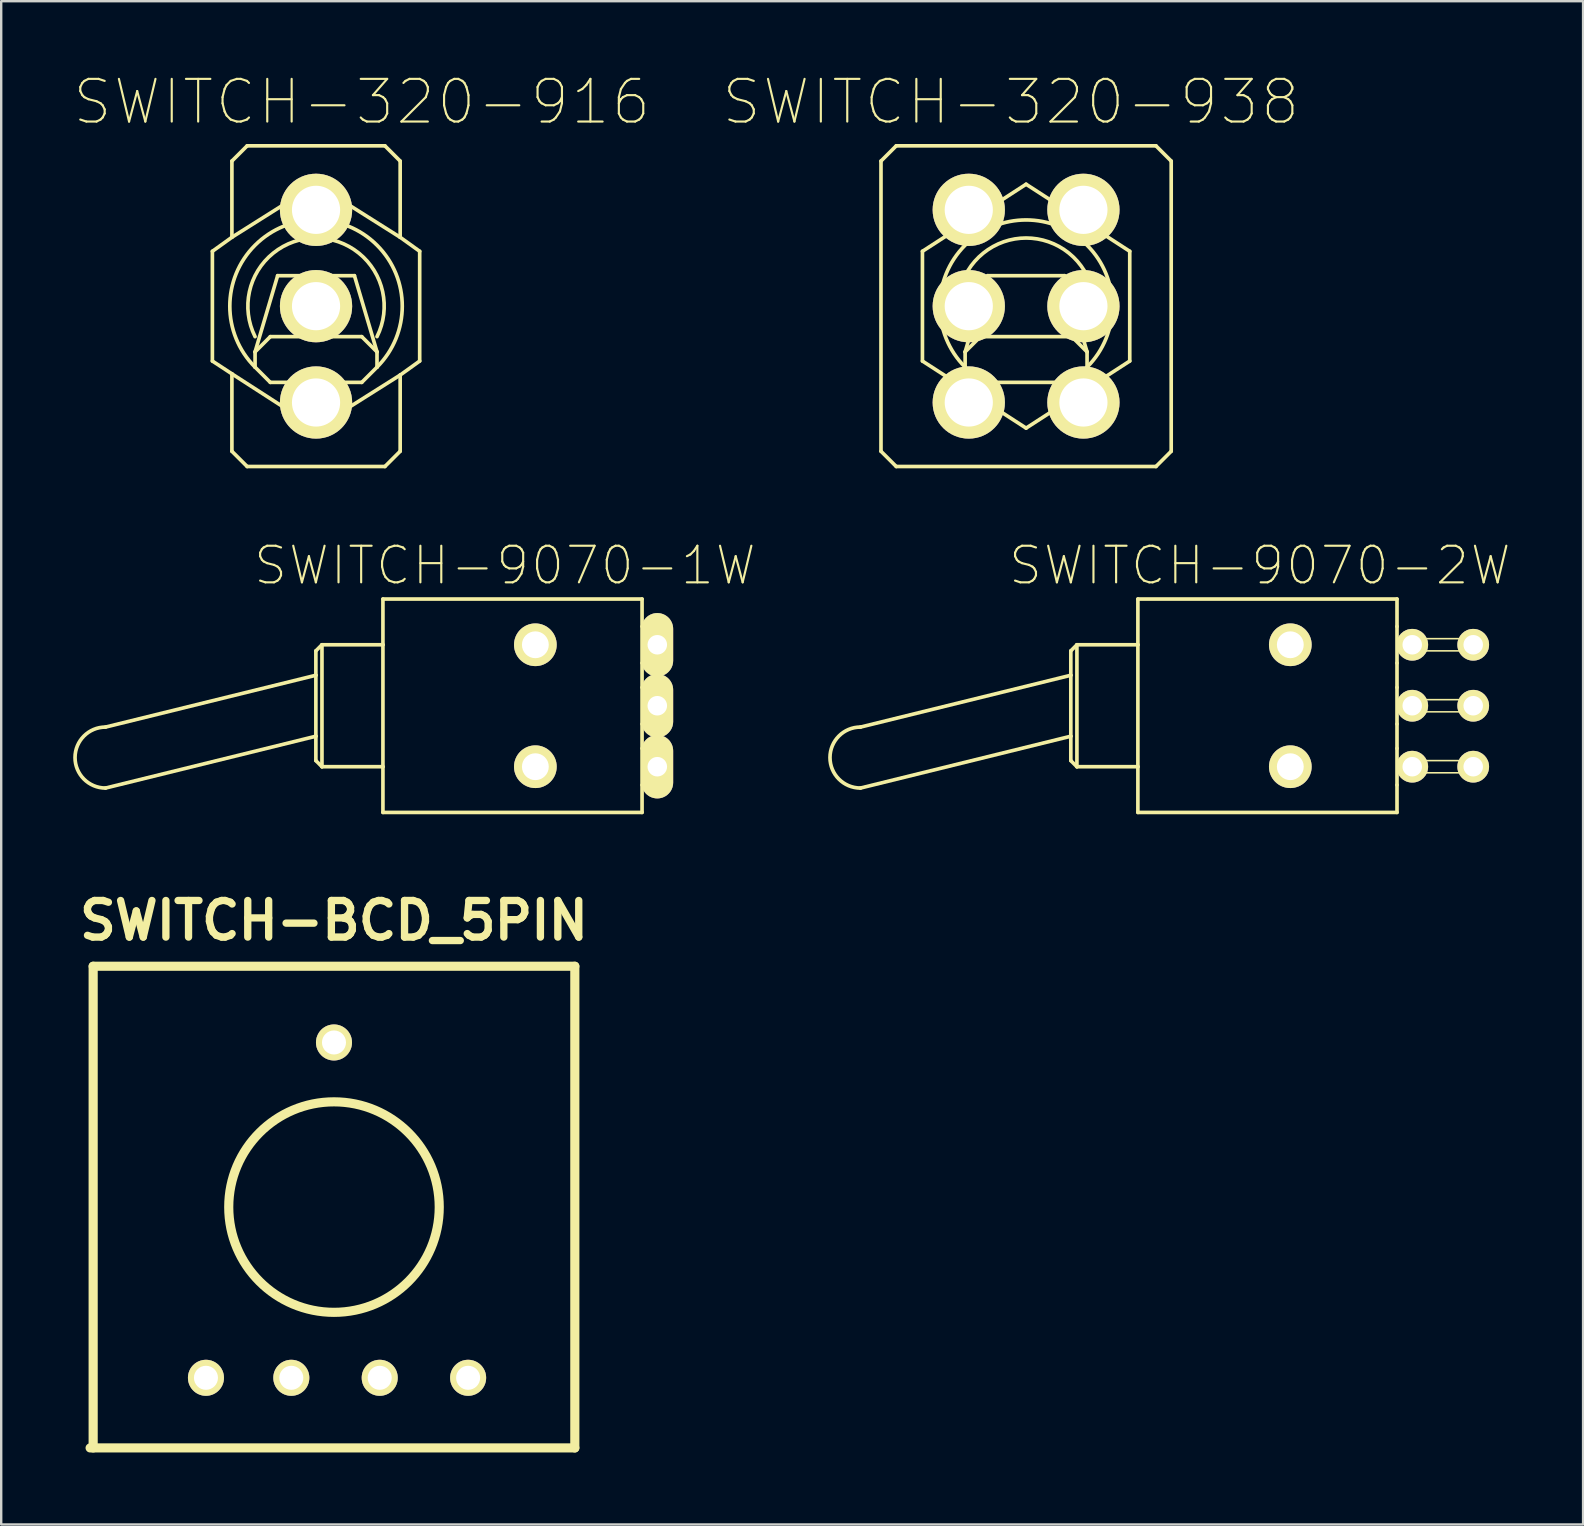
<source format=kicad_pcb>
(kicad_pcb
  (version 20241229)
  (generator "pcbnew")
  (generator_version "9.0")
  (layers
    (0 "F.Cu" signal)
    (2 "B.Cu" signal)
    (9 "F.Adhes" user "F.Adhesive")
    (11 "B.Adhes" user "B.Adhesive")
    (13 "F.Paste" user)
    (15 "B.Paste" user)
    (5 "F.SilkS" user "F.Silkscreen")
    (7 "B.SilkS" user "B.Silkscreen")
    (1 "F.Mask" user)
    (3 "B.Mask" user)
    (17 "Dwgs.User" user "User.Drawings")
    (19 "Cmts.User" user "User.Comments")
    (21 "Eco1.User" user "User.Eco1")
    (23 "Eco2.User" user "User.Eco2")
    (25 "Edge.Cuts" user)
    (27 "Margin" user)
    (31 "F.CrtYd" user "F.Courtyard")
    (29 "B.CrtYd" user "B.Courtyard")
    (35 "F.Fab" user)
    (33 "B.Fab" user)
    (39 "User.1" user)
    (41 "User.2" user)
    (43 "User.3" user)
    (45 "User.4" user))
  (footprint "SWITCH-9070-1W"
    (layer "F.Cu")
    (at 19.253 26.351)
    (property "Reference" "SWITCH-9070-1W" (at -1.27 -5.842 0) (layer "F.SilkS") (effects (font (size 1.524 1.524) (thickness 0.089))))
    (attr exclude_from_pos_files exclude_from_bom)
    (fp_line (start -9.144 -2.286) (end -8.89 -2.54) (stroke (width 0.152) (type solid)) (layer "F.SilkS"))
    (fp_line (start -9.144 -1.27) (end -17.907 0.889) (stroke (width 0.152) (type solid)) (layer "F.SilkS"))
    (fp_line (start -9.144 -1.27) (end -9.144 -2.286) (stroke (width 0.152) (type solid)) (layer "F.SilkS"))
    (fp_line (start -9.144 1.27) (end -17.907 3.429) (stroke (width 0.152) (type solid)) (layer "F.SilkS"))
    (fp_line (start -9.144 1.27) (end -9.144 -1.27) (stroke (width 0.152) (type solid)) (layer "F.SilkS"))
    (fp_line (start -9.144 2.286) (end -9.144 1.27) (stroke (width 0.152) (type solid)) (layer "F.SilkS"))
    (fp_line (start -8.89 -2.54) (end -8.89 2.54) (stroke (width 0.152) (type solid)) (layer "F.SilkS"))
    (fp_line (start -8.89 -2.54) (end -6.35 -2.54) (stroke (width 0.152) (type solid)) (layer "F.SilkS"))
    (fp_line (start -8.89 2.54) (end -9.144 2.286) (stroke (width 0.152) (type solid)) (layer "F.SilkS"))
    (fp_line (start -8.89 2.54) (end -6.35 2.54) (stroke (width 0.152) (type solid)) (layer "F.SilkS"))
    (fp_line (start -6.35 -4.445) (end -6.35 -2.54) (stroke (width 0.152) (type solid)) (layer "F.SilkS"))
    (fp_line (start -6.35 -2.54) (end -6.35 2.54) (stroke (width 0.152) (type solid)) (layer "F.SilkS"))
    (fp_line (start -6.35 2.54) (end -6.35 4.445) (stroke (width 0.152) (type solid)) (layer "F.SilkS"))
    (fp_line (start -6.35 4.445) (end 4.445 4.445) (stroke (width 0.152) (type solid)) (layer "F.SilkS"))
    (fp_line (start 4.445 -4.445) (end -6.35 -4.445) (stroke (width 0.152) (type solid)) (layer "F.SilkS"))
    (fp_line (start 4.445 -4.445) (end 4.445 -3.302) (stroke (width 0.152) (type solid)) (layer "F.SilkS"))
    (fp_line (start 4.445 -2.921) (end 5.08 -2.921) (stroke (width 0.066) (type solid)) (layer "F.SilkS"))
    (fp_line (start 4.445 -2.159) (end 4.445 -2.921) (stroke (width 0.066) (type solid)) (layer "F.SilkS"))
    (fp_line (start 4.445 -2.159) (end 5.08 -2.159) (stroke (width 0.066) (type solid)) (layer "F.SilkS"))
    (fp_line (start 4.445 -1.778) (end 4.445 -3.302) (stroke (width 0.152) (type solid)) (layer "F.SilkS"))
    (fp_line (start 4.445 -1.778) (end 4.445 -0.762) (stroke (width 0.152) (type solid)) (layer "F.SilkS"))
    (fp_line (start 4.445 -0.762) (end 4.445 0.762) (stroke (width 0.152) (type solid)) (layer "F.SilkS"))
    (fp_line (start 4.445 -0.381) (end 5.08 -0.381) (stroke (width 0.066) (type solid)) (layer "F.SilkS"))
    (fp_line (start 4.445 0.381) (end 4.445 -0.381) (stroke (width 0.066) (type solid)) (layer "F.SilkS"))
    (fp_line (start 4.445 0.381) (end 5.08 0.381) (stroke (width 0.066) (type solid)) (layer "F.SilkS"))
    (fp_line (start 4.445 1.778) (end 4.445 0.762) (stroke (width 0.152) (type solid)) (layer "F.SilkS"))
    (fp_line (start 4.445 1.778) (end 4.445 3.302) (stroke (width 0.152) (type solid)) (layer "F.SilkS"))
    (fp_line (start 4.445 2.159) (end 5.08 2.159) (stroke (width 0.066) (type solid)) (layer "F.SilkS"))
    (fp_line (start 4.445 2.921) (end 4.445 2.159) (stroke (width 0.066) (type solid)) (layer "F.SilkS"))
    (fp_line (start 4.445 2.921) (end 5.08 2.921) (stroke (width 0.066) (type solid)) (layer "F.SilkS"))
    (fp_line (start 4.445 4.445) (end 4.445 3.302) (stroke (width 0.152) (type solid)) (layer "F.SilkS"))
    (fp_line (start 5.08 -2.159) (end 5.08 -2.921) (stroke (width 0.066) (type solid)) (layer "F.SilkS"))
    (fp_line (start 5.08 0.381) (end 5.08 -0.381) (stroke (width 0.066) (type solid)) (layer "F.SilkS"))
    (fp_line (start 5.08 2.921) (end 5.08 2.159) (stroke (width 0.066) (type solid)) (layer "F.SilkS"))
    (fp_arc (start -17.907 3.429) (mid -19.177 2.159) (end -17.907 0.889) (stroke (width 0.1524) (type solid)) (layer "F.SilkS"))
    (pad "1" thru_hole oval (at 5.08 2.54) (size 1.321 2.642) (drill 0.813) (layers "*.Cu" "F.Mask" "F.SilkS" "F.Paste"))
    (pad "2" thru_hole oval (at 5.08 0) (size 1.321 2.642) (drill 0.813) (layers "*.Cu" "F.Mask" "F.SilkS" "F.Paste"))
    (pad "3" thru_hole oval (at 5.08 -2.54) (size 1.321 2.642) (drill 0.813) (layers "*.Cu" "F.Mask" "F.SilkS" "F.Paste"))
    (pad "B" thru_hole circle (at 0 2.54) (size 1.778 1.778) (drill 1.118) (layers "*.Cu" "F.Mask" "F.SilkS" "F.Paste"))
    (pad "B1" thru_hole circle (at 0 -2.54) (size 1.778 1.778) (drill 1.118) (layers "*.Cu" "F.Mask" "F.SilkS" "F.Paste")))
  (footprint "SWITCH-BCD_5PIN"
    (layer "F.Cu")
    (at 10.864 47.237)
    (property "Reference" "SWITCH-BCD_5PIN" (at 0 -11.938 0) (layer "F.SilkS") (effects (font (size 1.524 1.524) (thickness 0.305))))
    (attr through_hole)
    (fp_line (start -10.16 10.033) (end 10.033 10.033) (stroke (width 0.381) (type solid)) (layer "F.SilkS"))
    (fp_line (start -10.033 -10.033) (end -10.033 10.033) (stroke (width 0.381) (type solid)) (layer "F.SilkS"))
    (fp_line (start 10.033 -10.033) (end -10.033 -10.033) (stroke (width 0.381) (type solid)) (layer "F.SilkS"))
    (fp_line (start 10.033 10.033) (end 10.033 -10.033) (stroke (width 0.381) (type solid)) (layer "F.SilkS"))
    (fp_circle (center 0 0) (end 4.318 0.762) (stroke (width 0.381) (type solid)) (fill no) (layer "F.SilkS"))
    (pad "1" thru_hole circle (at -5.334 7.112) (size 1.501 1.501) (drill 1.001) (layers "*.Cu" "*.Mask" "F.SilkS"))
    (pad "2" thru_hole circle (at -1.778 7.112) (size 1.501 1.501) (drill 1.001) (layers "*.Cu" "*.Mask" "F.SilkS"))
    (pad "3" thru_hole circle (at 1.905 7.112) (size 1.501 1.501) (drill 1.001) (layers "*.Cu" "*.Mask" "F.SilkS"))
    (pad "4" thru_hole circle (at 5.588 7.112) (size 1.501 1.501) (drill 1.001) (layers "*.Cu" "*.Mask" "F.SilkS"))
    (pad "5" thru_hole circle (at 0 -6.858) (size 1.501 1.501) (drill 1.001) (layers "*.Cu" "*.Mask" "F.SilkS")))
  (footprint "SWITCH-320-938"
    (layer "F.Cu")
    (at 39.697 9.705)
    (property "Reference" "SWITCH-320-938" (at -0.635 -8.509 0) (layer "F.SilkS") (effects (font (size 1.778 1.778) (thickness 0.089))))
    (attr exclude_from_pos_files exclude_from_bom)
    (fp_line (start -6.045 6.045) (end -6.045 -6.045) (stroke (width 0.152) (type solid)) (layer "F.SilkS"))
    (fp_line (start -6.045 6.045) (end -5.41 6.68) (stroke (width 0.152) (type solid)) (layer "F.SilkS"))
    (fp_line (start -5.41 -6.68) (end -6.045 -6.045) (stroke (width 0.152) (type solid)) (layer "F.SilkS"))
    (fp_line (start -5.41 -6.68) (end 5.41 -6.68) (stroke (width 0.152) (type solid)) (layer "F.SilkS"))
    (fp_line (start -4.318 -2.286) (end -4.318 2.286) (stroke (width 0.152) (type solid)) (layer "F.SilkS"))
    (fp_line (start -4.318 2.286) (end 0 5.08) (stroke (width 0.152) (type solid)) (layer "F.SilkS"))
    (fp_line (start -2.54 2.54) (end -2.54 1.905) (stroke (width 0.152) (type solid)) (layer "F.SilkS"))
    (fp_line (start -2.54 2.54) (end -1.905 3.175) (stroke (width 0.152) (type solid)) (layer "F.SilkS"))
    (fp_line (start -1.905 1.27) (end -2.54 1.905) (stroke (width 0.152) (type solid)) (layer "F.SilkS"))
    (fp_line (start -1.905 1.27) (end 1.905 1.27) (stroke (width 0.152) (type solid)) (layer "F.SilkS"))
    (fp_line (start -1.6 -1.27) (end -2.54 1.905) (stroke (width 0.152) (type solid)) (layer "F.SilkS"))
    (fp_line (start -1.6 -1.27) (end 1.6 -1.27) (stroke (width 0.152) (type solid)) (layer "F.SilkS"))
    (fp_line (start 0 -5.08) (end -4.318 -2.286) (stroke (width 0.152) (type solid)) (layer "F.SilkS"))
    (fp_line (start 0 5.08) (end 4.318 2.286) (stroke (width 0.152) (type solid)) (layer "F.SilkS"))
    (fp_line (start 1.6 -1.27) (end 2.54 1.905) (stroke (width 0.152) (type solid)) (layer "F.SilkS"))
    (fp_line (start 1.905 1.27) (end 2.54 1.905) (stroke (width 0.152) (type solid)) (layer "F.SilkS"))
    (fp_line (start 1.905 3.175) (end -1.905 3.175) (stroke (width 0.152) (type solid)) (layer "F.SilkS"))
    (fp_line (start 1.905 3.175) (end 2.54 2.54) (stroke (width 0.152) (type solid)) (layer "F.SilkS"))
    (fp_line (start 2.54 1.905) (end 2.54 2.54) (stroke (width 0.152) (type solid)) (layer "F.SilkS"))
    (fp_line (start 4.318 -2.286) (end 0 -5.08) (stroke (width 0.152) (type solid)) (layer "F.SilkS"))
    (fp_line (start 4.318 -2.286) (end 4.318 2.286) (stroke (width 0.152) (type solid)) (layer "F.SilkS"))
    (fp_line (start 5.41 6.68) (end -5.41 6.68) (stroke (width 0.152) (type solid)) (layer "F.SilkS"))
    (fp_line (start 5.41 6.68) (end 6.045 6.045) (stroke (width 0.152) (type solid)) (layer "F.SilkS"))
    (fp_line (start 6.045 -6.045) (end 5.41 -6.68) (stroke (width 0.152) (type solid)) (layer "F.SilkS"))
    (fp_line (start 6.045 -6.045) (end 6.045 6.045) (stroke (width 0.152) (type solid)) (layer "F.SilkS"))
    (fp_arc (start -2.54 1.27) (mid -0.000746 -2.839806) (end 2.540667 1.268665) (stroke (width 0.1524) (type solid)) (layer "F.SilkS"))
    (fp_arc (start -2.54 2.54) (mid 0 -3.592102) (end 2.54 2.54) (stroke (width 0.1524) (type solid)) (layer "F.SilkS"))
    (pad "1" thru_hole circle (at -2.388 -4.013) (size 3.01 3.01) (drill 2.007) (layers "*.Cu" "F.Mask" "F.SilkS" "F.Paste"))
    (pad "2" thru_hole circle (at -2.388 0) (size 3.01 3.01) (drill 2.007) (layers "*.Cu" "F.Mask" "F.SilkS" "F.Paste"))
    (pad "3" thru_hole circle (at -2.388 4.013) (size 3.01 3.01) (drill 2.007) (layers "*.Cu" "F.Mask" "F.SilkS" "F.Paste"))
    (pad "4" thru_hole circle (at 2.388 -4.013) (size 3.01 3.01) (drill 2.007) (layers "*.Cu" "F.Mask" "F.SilkS" "F.Paste"))
    (pad "5" thru_hole circle (at 2.388 0) (size 3.01 3.01) (drill 2.007) (layers "*.Cu" "F.Mask" "F.SilkS" "F.Paste"))
    (pad "6" thru_hole circle (at 2.388 4.013) (size 3.01 3.01) (drill 2.007) (layers "*.Cu" "F.Mask" "F.SilkS" "F.Paste")))
  (footprint "SWITCH-9070-2W"
    (layer "F.Cu")
    (at 50.704 26.351)
    (property "Reference" "SWITCH-9070-2W" (at -1.27 -5.842 0) (layer "F.SilkS") (effects (font (size 1.524 1.524) (thickness 0.089))))
    (attr exclude_from_pos_files exclude_from_bom)
    (fp_line (start -9.144 -2.286) (end -8.89 -2.54) (stroke (width 0.152) (type solid)) (layer "F.SilkS"))
    (fp_line (start -9.144 -1.27) (end -17.907 0.889) (stroke (width 0.152) (type solid)) (layer "F.SilkS"))
    (fp_line (start -9.144 -1.27) (end -9.144 -2.286) (stroke (width 0.152) (type solid)) (layer "F.SilkS"))
    (fp_line (start -9.144 1.27) (end -17.907 3.429) (stroke (width 0.152) (type solid)) (layer "F.SilkS"))
    (fp_line (start -9.144 1.27) (end -9.144 -1.27) (stroke (width 0.152) (type solid)) (layer "F.SilkS"))
    (fp_line (start -9.144 2.286) (end -9.144 1.27) (stroke (width 0.152) (type solid)) (layer "F.SilkS"))
    (fp_line (start -8.89 -2.54) (end -8.89 2.54) (stroke (width 0.152) (type solid)) (layer "F.SilkS"))
    (fp_line (start -8.89 -2.54) (end -6.35 -2.54) (stroke (width 0.152) (type solid)) (layer "F.SilkS"))
    (fp_line (start -8.89 2.54) (end -9.144 2.286) (stroke (width 0.152) (type solid)) (layer "F.SilkS"))
    (fp_line (start -8.89 2.54) (end -6.35 2.54) (stroke (width 0.152) (type solid)) (layer "F.SilkS"))
    (fp_line (start -6.35 -4.445) (end -6.35 -2.54) (stroke (width 0.152) (type solid)) (layer "F.SilkS"))
    (fp_line (start -6.35 -2.54) (end -6.35 2.54) (stroke (width 0.152) (type solid)) (layer "F.SilkS"))
    (fp_line (start -6.35 2.54) (end -6.35 4.445) (stroke (width 0.152) (type solid)) (layer "F.SilkS"))
    (fp_line (start -6.35 4.445) (end 4.445 4.445) (stroke (width 0.152) (type solid)) (layer "F.SilkS"))
    (fp_line (start 4.445 -4.445) (end -6.35 -4.445) (stroke (width 0.152) (type solid)) (layer "F.SilkS"))
    (fp_line (start 4.445 -3.302) (end 4.445 -4.445) (stroke (width 0.152) (type solid)) (layer "F.SilkS"))
    (fp_line (start 4.445 -3.302) (end 4.445 -1.778) (stroke (width 0.152) (type solid)) (layer "F.SilkS"))
    (fp_line (start 4.445 -2.794) (end 7.747 -2.794) (stroke (width 0.066) (type solid)) (layer "F.SilkS"))
    (fp_line (start 4.445 -2.286) (end 4.445 -2.794) (stroke (width 0.066) (type solid)) (layer "F.SilkS"))
    (fp_line (start 4.445 -2.286) (end 7.747 -2.286) (stroke (width 0.066) (type solid)) (layer "F.SilkS"))
    (fp_line (start 4.445 -0.762) (end 4.445 -1.778) (stroke (width 0.152) (type solid)) (layer "F.SilkS"))
    (fp_line (start 4.445 -0.762) (end 4.445 0.762) (stroke (width 0.152) (type solid)) (layer "F.SilkS"))
    (fp_line (start 4.445 -0.254) (end 7.747 -0.254) (stroke (width 0.066) (type solid)) (layer "F.SilkS"))
    (fp_line (start 4.445 0.254) (end 4.445 -0.254) (stroke (width 0.066) (type solid)) (layer "F.SilkS"))
    (fp_line (start 4.445 0.254) (end 7.747 0.254) (stroke (width 0.066) (type solid)) (layer "F.SilkS"))
    (fp_line (start 4.445 1.778) (end 4.445 0.762) (stroke (width 0.152) (type solid)) (layer "F.SilkS"))
    (fp_line (start 4.445 1.778) (end 4.445 3.302) (stroke (width 0.152) (type solid)) (layer "F.SilkS"))
    (fp_line (start 4.445 2.286) (end 7.747 2.286) (stroke (width 0.066) (type solid)) (layer "F.SilkS"))
    (fp_line (start 4.445 2.794) (end 4.445 2.286) (stroke (width 0.066) (type solid)) (layer "F.SilkS"))
    (fp_line (start 4.445 2.794) (end 7.747 2.794) (stroke (width 0.066) (type solid)) (layer "F.SilkS"))
    (fp_line (start 4.445 4.445) (end 4.445 3.302) (stroke (width 0.152) (type solid)) (layer "F.SilkS"))
    (fp_line (start 7.747 -2.286) (end 7.747 -2.794) (stroke (width 0.066) (type solid)) (layer "F.SilkS"))
    (fp_line (start 7.747 0.254) (end 7.747 -0.254) (stroke (width 0.066) (type solid)) (layer "F.SilkS"))
    (fp_line (start 7.747 2.794) (end 7.747 2.286) (stroke (width 0.066) (type solid)) (layer "F.SilkS"))
    (fp_arc (start -17.907 3.429) (mid -19.177 2.159) (end -17.907 0.889) (stroke (width 0.1524) (type solid)) (layer "F.SilkS"))
    (pad "1" thru_hole circle (at 5.08 2.54) (size 1.321 1.321) (drill 0.813) (layers "*.Cu" "F.Mask" "F.SilkS" "F.Paste"))
    (pad "2" thru_hole circle (at 5.08 0) (size 1.321 1.321) (drill 0.813) (layers "*.Cu" "F.Mask" "F.SilkS" "F.Paste"))
    (pad "3" thru_hole circle (at 5.08 -2.54) (size 1.321 1.321) (drill 0.813) (layers "*.Cu" "F.Mask" "F.SilkS" "F.Paste"))
    (pad "4" thru_hole circle (at 7.62 2.54) (size 1.321 1.321) (drill 0.813) (layers "*.Cu" "F.Mask" "F.SilkS" "F.Paste"))
    (pad "5" thru_hole circle (at 7.62 0) (size 1.321 1.321) (drill 0.813) (layers "*.Cu" "F.Mask" "F.SilkS" "F.Paste"))
    (pad "6" thru_hole circle (at 7.62 -2.54) (size 1.321 1.321) (drill 0.813) (layers "*.Cu" "F.Mask" "F.SilkS" "F.Paste"))
    (pad "B" thru_hole circle (at 0 2.54) (size 1.778 1.778) (drill 1.118) (layers "*.Cu" "F.Mask" "F.SilkS" "F.Paste"))
    (pad "B1" thru_hole circle (at 0 -2.54) (size 1.778 1.778) (drill 1.118) (layers "*.Cu" "F.Mask" "F.SilkS" "F.Paste")))
  (footprint "SWITCH-320-916"
    (layer "F.Cu")
    (at 10.116 9.705)
    (property "Reference" "SWITCH-320-916" (at 1.905 -8.509 0) (layer "F.SilkS") (effects (font (size 1.778 1.778) (thickness 0.089))))
    (attr exclude_from_pos_files exclude_from_bom)
    (fp_line (start -4.318 -2.286) (end -4.318 2.286) (stroke (width 0.152) (type solid)) (layer "F.SilkS"))
    (fp_line (start -4.318 -2.286) (end -3.505 -2.87) (stroke (width 0.152) (type solid)) (layer "F.SilkS"))
    (fp_line (start -4.318 2.286) (end -3.505 2.819) (stroke (width 0.152) (type solid)) (layer "F.SilkS"))
    (fp_line (start -3.505 -2.87) (end -3.505 -6.045) (stroke (width 0.152) (type solid)) (layer "F.SilkS"))
    (fp_line (start -3.505 -2.87) (end 0 -5.08) (stroke (width 0.152) (type solid)) (layer "F.SilkS"))
    (fp_line (start -3.505 2.819) (end 0 5.08) (stroke (width 0.152) (type solid)) (layer "F.SilkS"))
    (fp_line (start -3.505 6.045) (end -3.505 2.819) (stroke (width 0.152) (type solid)) (layer "F.SilkS"))
    (fp_line (start -3.505 6.045) (end -2.87 6.68) (stroke (width 0.152) (type solid)) (layer "F.SilkS"))
    (fp_line (start -2.87 -6.68) (end -3.505 -6.045) (stroke (width 0.152) (type solid)) (layer "F.SilkS"))
    (fp_line (start -2.87 -6.68) (end 2.87 -6.68) (stroke (width 0.152) (type solid)) (layer "F.SilkS"))
    (fp_line (start -2.54 2.54) (end -2.54 1.905) (stroke (width 0.152) (type solid)) (layer "F.SilkS"))
    (fp_line (start -2.54 2.54) (end -1.905 3.175) (stroke (width 0.152) (type solid)) (layer "F.SilkS"))
    (fp_line (start -1.905 1.27) (end -2.54 1.905) (stroke (width 0.152) (type solid)) (layer "F.SilkS"))
    (fp_line (start -1.905 1.27) (end 1.905 1.27) (stroke (width 0.152) (type solid)) (layer "F.SilkS"))
    (fp_line (start -1.6 -1.27) (end -2.54 1.905) (stroke (width 0.152) (type solid)) (layer "F.SilkS"))
    (fp_line (start -1.6 -1.27) (end 1.6 -1.27) (stroke (width 0.152) (type solid)) (layer "F.SilkS"))
    (fp_line (start 1.6 -1.27) (end 2.54 1.905) (stroke (width 0.152) (type solid)) (layer "F.SilkS"))
    (fp_line (start 1.905 1.27) (end 2.54 1.905) (stroke (width 0.152) (type solid)) (layer "F.SilkS"))
    (fp_line (start 1.905 3.175) (end -1.905 3.175) (stroke (width 0.152) (type solid)) (layer "F.SilkS"))
    (fp_line (start 1.905 3.175) (end 2.54 2.54) (stroke (width 0.152) (type solid)) (layer "F.SilkS"))
    (fp_line (start 2.54 1.905) (end 2.54 2.54) (stroke (width 0.152) (type solid)) (layer "F.SilkS"))
    (fp_line (start 2.87 6.68) (end -2.87 6.68) (stroke (width 0.152) (type solid)) (layer "F.SilkS"))
    (fp_line (start 2.87 6.68) (end 3.505 6.045) (stroke (width 0.152) (type solid)) (layer "F.SilkS"))
    (fp_line (start 3.505 -6.045) (end 2.87 -6.68) (stroke (width 0.152) (type solid)) (layer "F.SilkS"))
    (fp_line (start 3.505 -6.045) (end 3.505 -2.87) (stroke (width 0.152) (type solid)) (layer "F.SilkS"))
    (fp_line (start 3.505 -2.87) (end 0 -5.08) (stroke (width 0.152) (type solid)) (layer "F.SilkS"))
    (fp_line (start 3.505 2.87) (end 0 5.08) (stroke (width 0.152) (type solid)) (layer "F.SilkS"))
    (fp_line (start 3.505 6.045) (end 3.505 2.87) (stroke (width 0.152) (type solid)) (layer "F.SilkS"))
    (fp_line (start 4.318 -2.286) (end 3.505 -2.87) (stroke (width 0.152) (type solid)) (layer "F.SilkS"))
    (fp_line (start 4.318 -2.286) (end 4.318 2.286) (stroke (width 0.152) (type solid)) (layer "F.SilkS"))
    (fp_line (start 4.318 2.286) (end 3.505 2.87) (stroke (width 0.152) (type solid)) (layer "F.SilkS"))
    (fp_arc (start -2.54 1.27) (mid -0.000746 -2.839806) (end 2.540667 1.268665) (stroke (width 0.1524) (type solid)) (layer "F.SilkS"))
    (fp_arc (start -2.54 2.54) (mid 0 -3.592102) (end 2.54 2.54) (stroke (width 0.1524) (type solid)) (layer "F.SilkS"))
    (pad "1" thru_hole circle (at 0 -4.013) (size 3.01 3.01) (drill 2.007) (layers "*.Cu" "F.Mask" "F.SilkS" "F.Paste"))
    (pad "2" thru_hole circle (at 0 0) (size 3.01 3.01) (drill 2.007) (layers "*.Cu" "F.Mask" "F.SilkS" "F.Paste"))
    (pad "3" thru_hole circle (at 0 4.013) (size 3.01 3.01) (drill 2.007) (layers "*.Cu" "F.Mask" "F.SilkS" "F.Paste")))
  (gr_rect
    (start -3 -3)
    (end 62.901 60.46)
    (stroke (width 0.1) (type default))
    (fill no)
    (layer "Edge.Cuts")))
</source>
